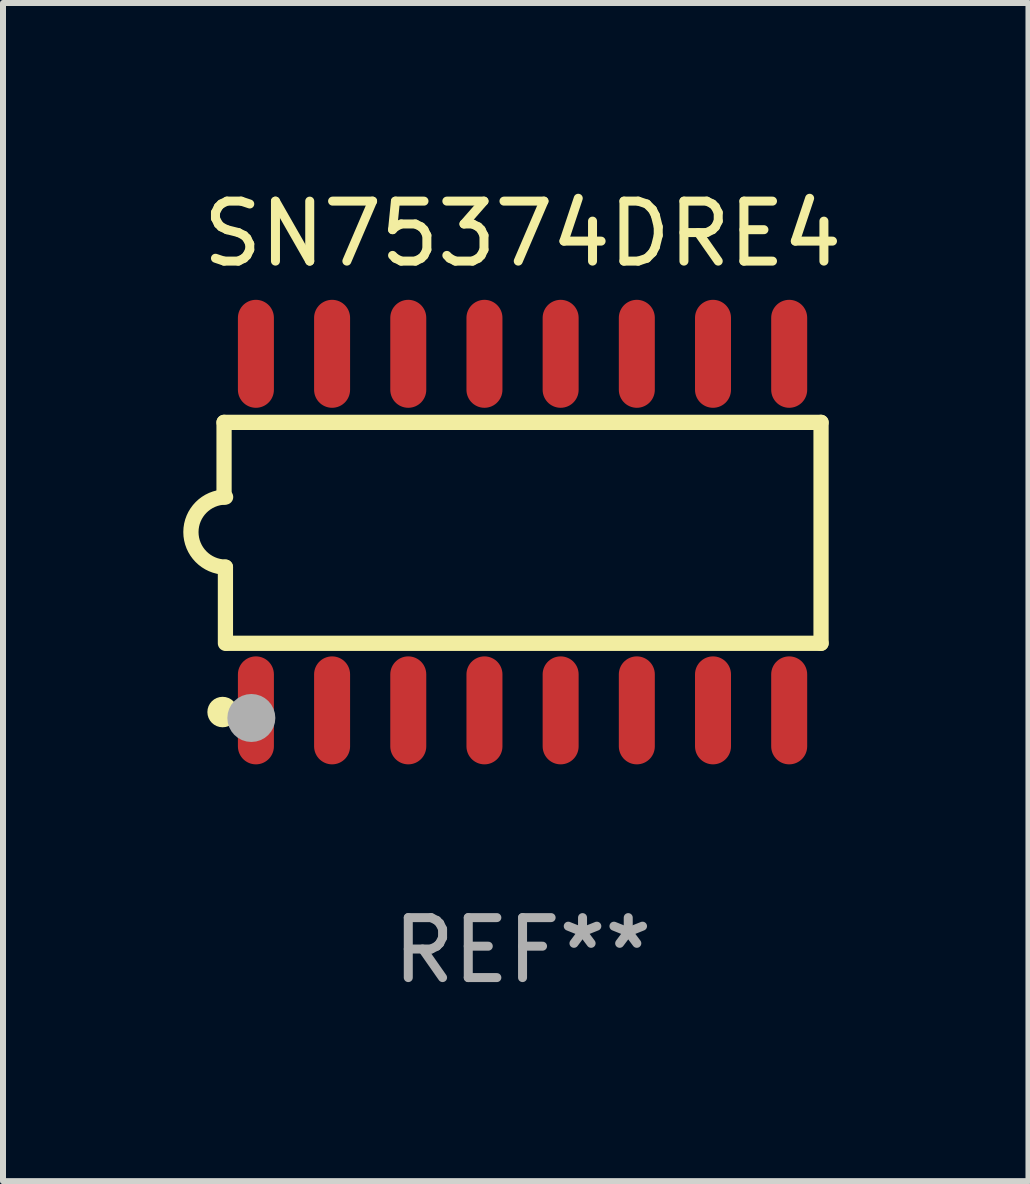
<source format=kicad_pcb>
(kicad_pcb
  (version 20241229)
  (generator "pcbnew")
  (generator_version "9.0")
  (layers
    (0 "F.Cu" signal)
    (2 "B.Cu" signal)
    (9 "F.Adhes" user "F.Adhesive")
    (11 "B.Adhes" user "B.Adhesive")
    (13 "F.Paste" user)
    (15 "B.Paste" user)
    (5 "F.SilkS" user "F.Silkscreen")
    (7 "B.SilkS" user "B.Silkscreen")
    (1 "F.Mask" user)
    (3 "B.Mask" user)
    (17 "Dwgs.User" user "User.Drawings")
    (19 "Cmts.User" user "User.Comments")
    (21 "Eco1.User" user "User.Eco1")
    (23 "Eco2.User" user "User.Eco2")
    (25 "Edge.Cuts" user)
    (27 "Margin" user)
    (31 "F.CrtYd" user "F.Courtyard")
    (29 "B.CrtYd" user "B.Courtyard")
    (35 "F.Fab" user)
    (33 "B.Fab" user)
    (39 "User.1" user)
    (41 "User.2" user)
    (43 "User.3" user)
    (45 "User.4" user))
  (footprint "SN75374DRE4"
    (layer "F.Cu")
    (at 5.661 5.82)
    (property "Reference" "SN75374DRE4" (at 0 -4.972 0) (layer "F.SilkS") (effects (font (size 1 1) (thickness 0.15))))
    (attr through_hole)
    (fp_line (start -4.976 -1.829) (end -4.976 -0.584) (stroke (width 0.254) (type solid)) (layer "F.SilkS"))
    (fp_line (start -4.953 0.584) (end -4.953 1.854) (stroke (width 0.254) (type solid)) (layer "F.SilkS"))
    (fp_line (start -4.928 1.854) (end 4.976 1.854) (stroke (width 0.254) (type solid)) (layer "F.SilkS"))
    (fp_line (start 4.976 -1.829) (end -4.976 -1.829) (stroke (width 0.254) (type solid)) (layer "F.SilkS"))
    (fp_line (start 4.976 1.854) (end 4.976 -1.829) (stroke (width 0.254) (type solid)) (layer "F.SilkS"))
    (fp_arc (start -4.95301 0.584201) (mid -5.533866 -0.00152) (end -4.950088 -0.584329) (stroke (width 0.254001) (type solid)) (layer "F.SilkS"))
    (fp_circle (center -5 3) (end -4.873 3) (stroke (width 0.254) (type solid)) (fill no) (layer "F.SilkS"))
    (fp_circle (center -4.521 3.099) (end -4.321 3.099) (stroke (width 0.4) (type solid)) (fill no) (layer "F.Fab"))
    (fp_text user "REF**" (at 0 6.972 0) (layer "F.Fab") (effects (font (size 1 1) (thickness 0.15))))
    (pad "1" smd oval (at -4.445 2.972 180) (size 0.6 1.8) (layers "F.Cu" "F.Mask" "F.Paste"))
    (pad "2" smd oval (at -3.175 2.972 180) (size 0.6 1.8) (layers "F.Cu" "F.Mask" "F.Paste"))
    (pad "3" smd oval (at -1.905 2.972 180) (size 0.6 1.8) (layers "F.Cu" "F.Mask" "F.Paste"))
    (pad "4" smd oval (at -0.635 2.972 180) (size 0.6 1.8) (layers "F.Cu" "F.Mask" "F.Paste"))
    (pad "5" smd oval (at 0.635 2.972 180) (size 0.6 1.8) (layers "F.Cu" "F.Mask" "F.Paste"))
    (pad "6" smd oval (at 1.905 2.972 180) (size 0.6 1.8) (layers "F.Cu" "F.Mask" "F.Paste"))
    (pad "7" smd oval (at 3.175 2.972 180) (size 0.6 1.8) (layers "F.Cu" "F.Mask" "F.Paste"))
    (pad "8" smd oval (at 4.445 2.972 180) (size 0.6 1.8) (layers "F.Cu" "F.Mask" "F.Paste"))
    (pad "9" smd oval (at 4.445 -2.972 180) (size 0.6 1.8) (layers "F.Cu" "F.Mask" "F.Paste"))
    (pad "10" smd oval (at 3.175 -2.972 180) (size 0.6 1.8) (layers "F.Cu" "F.Mask" "F.Paste"))
    (pad "11" smd oval (at 1.905 -2.972 180) (size 0.6 1.8) (layers "F.Cu" "F.Mask" "F.Paste"))
    (pad "12" smd oval (at 0.635 -2.972 180) (size 0.6 1.8) (layers "F.Cu" "F.Mask" "F.Paste"))
    (pad "13" smd oval (at -0.635 -2.972 180) (size 0.6 1.8) (layers "F.Cu" "F.Mask" "F.Paste"))
    (pad "14" smd oval (at -1.905 -2.972 180) (size 0.6 1.8) (layers "F.Cu" "F.Mask" "F.Paste"))
    (pad "15" smd oval (at -3.175 -2.972 180) (size 0.6 1.8) (layers "F.Cu" "F.Mask" "F.Paste"))
    (pad "16" smd oval (at -4.445 -2.972 180) (size 0.6 1.8) (layers "F.Cu" "F.Mask" "F.Paste")))
  (gr_rect
    (start -3 -3)
    (end 14.095 16.64)
    (stroke (width 0.1) (type default))
    (fill no)
    (layer "Edge.Cuts")))
</source>
